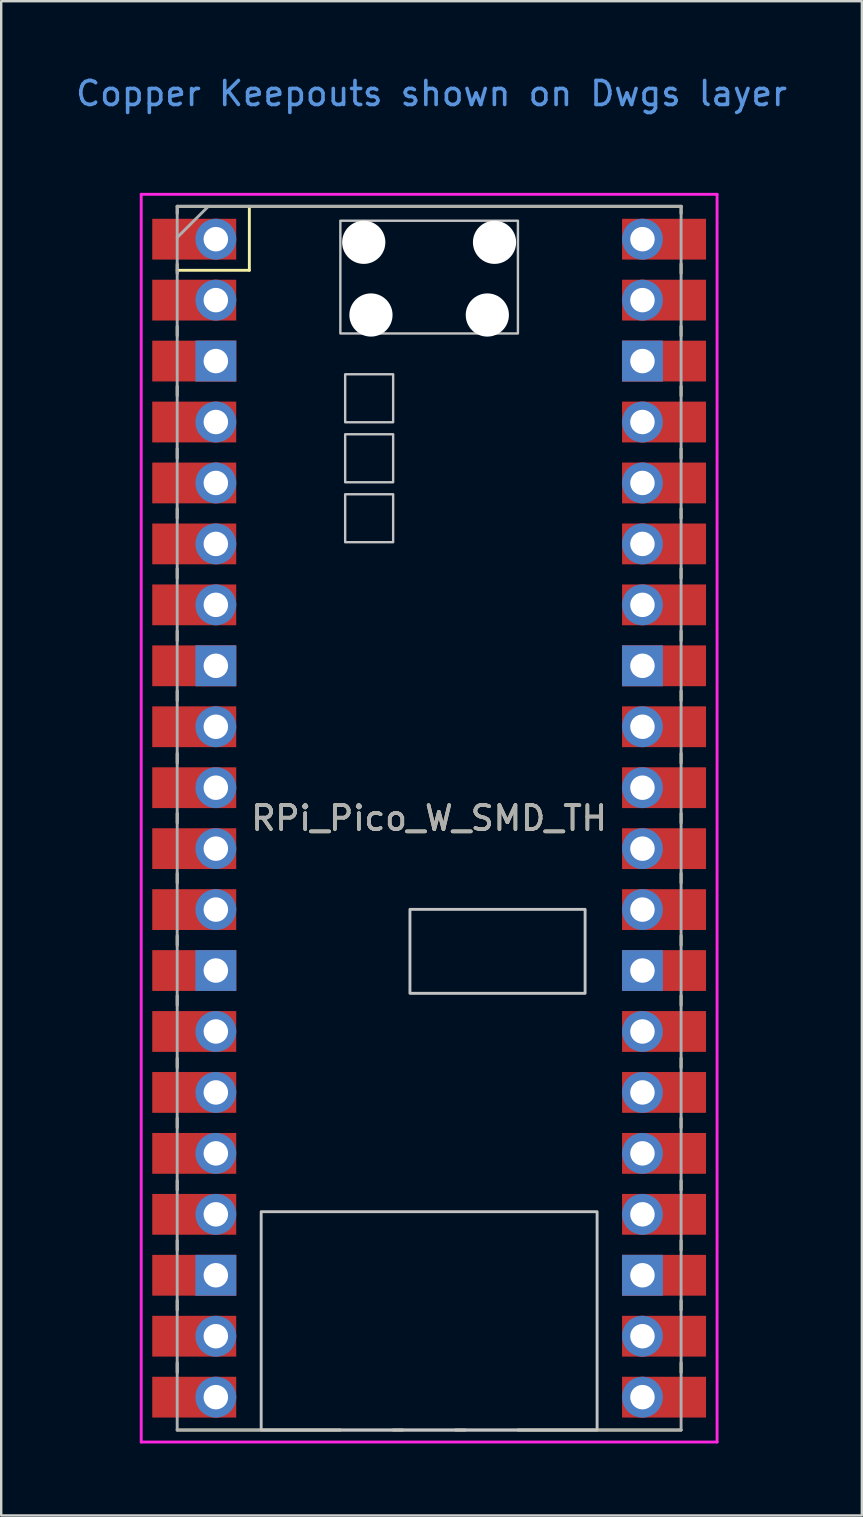
<source format=kicad_pcb>
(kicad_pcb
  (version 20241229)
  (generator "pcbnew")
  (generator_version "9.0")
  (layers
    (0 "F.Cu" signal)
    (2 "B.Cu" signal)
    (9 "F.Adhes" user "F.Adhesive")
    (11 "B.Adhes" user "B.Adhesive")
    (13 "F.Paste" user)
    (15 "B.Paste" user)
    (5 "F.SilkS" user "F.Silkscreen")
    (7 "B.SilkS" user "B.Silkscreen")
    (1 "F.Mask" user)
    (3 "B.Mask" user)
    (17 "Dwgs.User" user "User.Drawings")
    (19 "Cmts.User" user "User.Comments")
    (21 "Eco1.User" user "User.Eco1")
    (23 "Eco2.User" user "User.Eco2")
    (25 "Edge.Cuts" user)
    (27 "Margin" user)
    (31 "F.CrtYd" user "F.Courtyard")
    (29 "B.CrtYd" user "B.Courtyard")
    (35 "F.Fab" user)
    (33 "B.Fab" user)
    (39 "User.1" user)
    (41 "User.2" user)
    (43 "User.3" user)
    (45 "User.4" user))
  (footprint "RPi_Pico_W_SMD_TH"
    (layer "F.Cu")
    (at 14.835 31.048)
    (property "Reference" "RPi_Pico_W_SMD_TH" (at 0 0 0) (layer "F.SilkS") (effects (font (size 1 1) (thickness 0.15))))
    (attr smd)
    (fp_line (start -10.5 -25.5) (end -10.5 -25.2) (stroke (width 0.12) (type solid)) (layer "F.SilkS"))
    (fp_line (start -10.5 -25.5) (end 10.5 -25.5) (stroke (width 0.12) (type solid)) (layer "F.SilkS"))
    (fp_line (start -10.5 -23.1) (end -10.5 -22.7) (stroke (width 0.12) (type solid)) (layer "F.SilkS"))
    (fp_line (start -10.5 -22.833) (end -7.493 -22.833) (stroke (width 0.12) (type solid)) (layer "F.SilkS"))
    (fp_line (start -10.5 -20.5) (end -10.5 -20.1) (stroke (width 0.12) (type solid)) (layer "F.SilkS"))
    (fp_line (start -10.5 -18) (end -10.5 -17.6) (stroke (width 0.12) (type solid)) (layer "F.SilkS"))
    (fp_line (start -10.5 -15.4) (end -10.5 -15) (stroke (width 0.12) (type solid)) (layer "F.SilkS"))
    (fp_line (start -10.5 -12.9) (end -10.5 -12.5) (stroke (width 0.12) (type solid)) (layer "F.SilkS"))
    (fp_line (start -10.5 -10.4) (end -10.5 -10) (stroke (width 0.12) (type solid)) (layer "F.SilkS"))
    (fp_line (start -10.5 -7.8) (end -10.5 -7.4) (stroke (width 0.12) (type solid)) (layer "F.SilkS"))
    (fp_line (start -10.5 -5.3) (end -10.5 -4.9) (stroke (width 0.12) (type solid)) (layer "F.SilkS"))
    (fp_line (start -10.5 -2.7) (end -10.5 -2.3) (stroke (width 0.12) (type solid)) (layer "F.SilkS"))
    (fp_line (start -10.5 -0.2) (end -10.5 0.2) (stroke (width 0.12) (type solid)) (layer "F.SilkS"))
    (fp_line (start -10.5 2.3) (end -10.5 2.7) (stroke (width 0.12) (type solid)) (layer "F.SilkS"))
    (fp_line (start -10.5 4.9) (end -10.5 5.3) (stroke (width 0.12) (type solid)) (layer "F.SilkS"))
    (fp_line (start -10.5 7.4) (end -10.5 7.8) (stroke (width 0.12) (type solid)) (layer "F.SilkS"))
    (fp_line (start -10.5 10) (end -10.5 10.4) (stroke (width 0.12) (type solid)) (layer "F.SilkS"))
    (fp_line (start -10.5 12.5) (end -10.5 12.9) (stroke (width 0.12) (type solid)) (layer "F.SilkS"))
    (fp_line (start -10.5 15.1) (end -10.5 15.5) (stroke (width 0.12) (type solid)) (layer "F.SilkS"))
    (fp_line (start -10.5 17.6) (end -10.5 18) (stroke (width 0.12) (type solid)) (layer "F.SilkS"))
    (fp_line (start -10.5 20.1) (end -10.5 20.5) (stroke (width 0.12) (type solid)) (layer "F.SilkS"))
    (fp_line (start -10.5 22.7) (end -10.5 23.1) (stroke (width 0.12) (type solid)) (layer "F.SilkS"))
    (fp_line (start -7.493 -22.833) (end -7.493 -25.5) (stroke (width 0.12) (type solid)) (layer "F.SilkS"))
    (fp_line (start -3.7 25.5) (end -10.5 25.5) (stroke (width 0.12) (type solid)) (layer "F.SilkS"))
    (fp_line (start -1.5 25.5) (end -1.1 25.5) (stroke (width 0.12) (type solid)) (layer "F.SilkS"))
    (fp_line (start 1.1 25.5) (end 1.5 25.5) (stroke (width 0.12) (type solid)) (layer "F.SilkS"))
    (fp_line (start 10.5 -25.5) (end 10.5 -25.2) (stroke (width 0.12) (type solid)) (layer "F.SilkS"))
    (fp_line (start 10.5 -23.1) (end 10.5 -22.7) (stroke (width 0.12) (type solid)) (layer "F.SilkS"))
    (fp_line (start 10.5 -20.5) (end 10.5 -20.1) (stroke (width 0.12) (type solid)) (layer "F.SilkS"))
    (fp_line (start 10.5 -18) (end 10.5 -17.6) (stroke (width 0.12) (type solid)) (layer "F.SilkS"))
    (fp_line (start 10.5 -15.4) (end 10.5 -15) (stroke (width 0.12) (type solid)) (layer "F.SilkS"))
    (fp_line (start 10.5 -12.9) (end 10.5 -12.5) (stroke (width 0.12) (type solid)) (layer "F.SilkS"))
    (fp_line (start 10.5 -10.4) (end 10.5 -10) (stroke (width 0.12) (type solid)) (layer "F.SilkS"))
    (fp_line (start 10.5 -7.8) (end 10.5 -7.4) (stroke (width 0.12) (type solid)) (layer "F.SilkS"))
    (fp_line (start 10.5 -5.3) (end 10.5 -4.9) (stroke (width 0.12) (type solid)) (layer "F.SilkS"))
    (fp_line (start 10.5 -2.7) (end 10.5 -2.3) (stroke (width 0.12) (type solid)) (layer "F.SilkS"))
    (fp_line (start 10.5 -0.2) (end 10.5 0.2) (stroke (width 0.12) (type solid)) (layer "F.SilkS"))
    (fp_line (start 10.5 2.3) (end 10.5 2.7) (stroke (width 0.12) (type solid)) (layer "F.SilkS"))
    (fp_line (start 10.5 4.9) (end 10.5 5.3) (stroke (width 0.12) (type solid)) (layer "F.SilkS"))
    (fp_line (start 10.5 7.4) (end 10.5 7.8) (stroke (width 0.12) (type solid)) (layer "F.SilkS"))
    (fp_line (start 10.5 10) (end 10.5 10.4) (stroke (width 0.12) (type solid)) (layer "F.SilkS"))
    (fp_line (start 10.5 12.5) (end 10.5 12.9) (stroke (width 0.12) (type solid)) (layer "F.SilkS"))
    (fp_line (start 10.5 15.1) (end 10.5 15.5) (stroke (width 0.12) (type solid)) (layer "F.SilkS"))
    (fp_line (start 10.5 17.6) (end 10.5 18) (stroke (width 0.12) (type solid)) (layer "F.SilkS"))
    (fp_line (start 10.5 20.1) (end 10.5 20.5) (stroke (width 0.12) (type solid)) (layer "F.SilkS"))
    (fp_line (start 10.5 22.7) (end 10.5 23.1) (stroke (width 0.12) (type solid)) (layer "F.SilkS"))
    (fp_line (start 10.5 25.5) (end 3.7 25.5) (stroke (width 0.12) (type solid)) (layer "F.SilkS"))
    (fp_rect (start -7 16.4) (end 7 25.5) (stroke (width 0.12) (type solid)) (fill no) (layer "Dwgs.User"))
    (fp_rect (start -0.8 3.8) (end 6.5 7.3) (stroke (width 0.12) (type solid)) (fill no) (layer "Dwgs.User"))
    (fp_poly (pts (xy -1.5 -16.5) (xy -3.5 -16.5) (xy -3.5 -18.5) (xy -1.5 -18.5)) (stroke (width 0.1) (type solid)) (fill no) (layer "Dwgs.User"))
    (fp_poly (pts (xy -1.5 -14) (xy -3.5 -14) (xy -3.5 -16) (xy -1.5 -16)) (stroke (width 0.1) (type solid)) (fill no) (layer "Dwgs.User"))
    (fp_poly (pts (xy -1.5 -11.5) (xy -3.5 -11.5) (xy -3.5 -13.5) (xy -1.5 -13.5)) (stroke (width 0.1) (type solid)) (fill no) (layer "Dwgs.User"))
    (fp_poly (pts (xy 3.7 -20.2) (xy -3.7 -20.2) (xy -3.7 -24.9) (xy 3.7 -24.9)) (stroke (width 0.1) (type solid)) (fill no) (layer "Dwgs.User"))
    (fp_line (start -12 -26) (end -12 26) (stroke (width 0.12) (type default)) (layer "F.CrtYd"))
    (fp_line (start -12 -26) (end 12 -26) (stroke (width 0.12) (type solid)) (layer "F.CrtYd"))
    (fp_line (start 12 26) (end -12 26) (stroke (width 0.12) (type solid)) (layer "F.CrtYd"))
    (fp_line (start 12 26) (end 12 -26) (stroke (width 0.12) (type default)) (layer "F.CrtYd"))
    (fp_line (start -10.5 -25.5) (end 10.5 -25.5) (stroke (width 0.12) (type solid)) (layer "F.Fab"))
    (fp_line (start -10.5 -24.2) (end -9.2 -25.5) (stroke (width 0.12) (type solid)) (layer "F.Fab"))
    (fp_line (start -10.5 25.5) (end -10.5 -25.5) (stroke (width 0.12) (type solid)) (layer "F.Fab"))
    (fp_line (start 10.5 -25.5) (end 10.5 25.5) (stroke (width 0.12) (type solid)) (layer "F.Fab"))
    (fp_line (start 10.5 25.5) (end -10.5 25.5) (stroke (width 0.12) (type solid)) (layer "F.Fab"))
    (fp_text user "Copper Keepouts shown on Dwgs layer" (at 0.1 -30.2 0) (layer "Cmts.User") (effects (font (size 1 1) (thickness 0.15))))
    (fp_text user "${REFERENCE}" (at 0 0 180) (layer "F.Fab") (effects (font (size 1 1) (thickness 0.15))))
    (pad "" np_thru_hole oval (at -2.725 -24) (size 1.8 1.8) (drill 1.8) (layers "*.Cu" "*.Mask"))
    (pad "" np_thru_hole oval (at -2.425 -20.97) (size 1.8 1.8) (drill 1.8) (layers "*.Cu" "*.Mask"))
    (pad "" np_thru_hole oval (at 2.425 -20.97) (size 1.8 1.8) (drill 1.8) (layers "*.Cu" "*.Mask"))
    (pad "" np_thru_hole oval (at 2.725 -24) (size 1.8 1.8) (drill 1.8) (layers "*.Cu" "*.Mask"))
    (pad "1" thru_hole oval (at -8.89 -24.13) (size 1.7 1.7) (drill 1.02) (layers "*.Cu" "*.Mask"))
    (pad "1" smd rect (at -8.89 -24.13) (size 3.5 1.7) (drill (offset -0.9 0)) (layers "F.Cu" "F.Mask"))
    (pad "2" thru_hole oval (at -8.89 -21.59) (size 1.7 1.7) (drill 1.02) (layers "*.Cu" "*.Mask"))
    (pad "2" smd rect (at -8.89 -21.59) (size 3.5 1.7) (drill (offset -0.9 0)) (layers "F.Cu" "F.Mask"))
    (pad "3" thru_hole rect (at -8.89 -19.05) (size 1.7 1.7) (drill 1.02) (layers "*.Cu" "*.Mask"))
    (pad "3" smd rect (at -8.89 -19.05) (size 3.5 1.7) (drill (offset -0.9 0)) (layers "F.Cu" "F.Mask"))
    (pad "4" thru_hole oval (at -8.89 -16.51) (size 1.7 1.7) (drill 1.02) (layers "*.Cu" "*.Mask"))
    (pad "4" smd rect (at -8.89 -16.51) (size 3.5 1.7) (drill (offset -0.9 0)) (layers "F.Cu" "F.Mask"))
    (pad "5" thru_hole oval (at -8.89 -13.97) (size 1.7 1.7) (drill 1.02) (layers "*.Cu" "*.Mask"))
    (pad "5" smd rect (at -8.89 -13.97) (size 3.5 1.7) (drill (offset -0.9 0)) (layers "F.Cu" "F.Mask"))
    (pad "6" thru_hole oval (at -8.89 -11.43) (size 1.7 1.7) (drill 1.02) (layers "*.Cu" "*.Mask"))
    (pad "6" smd rect (at -8.89 -11.43) (size 3.5 1.7) (drill (offset -0.9 0)) (layers "F.Cu" "F.Mask"))
    (pad "7" thru_hole oval (at -8.89 -8.89) (size 1.7 1.7) (drill 1.02) (layers "*.Cu" "*.Mask"))
    (pad "7" smd rect (at -8.89 -8.89) (size 3.5 1.7) (drill (offset -0.9 0)) (layers "F.Cu" "F.Mask"))
    (pad "8" thru_hole rect (at -8.89 -6.35) (size 1.7 1.7) (drill 1.02) (layers "*.Cu" "*.Mask"))
    (pad "8" smd rect (at -8.89 -6.35) (size 3.5 1.7) (drill (offset -0.9 0)) (layers "F.Cu" "F.Mask"))
    (pad "9" thru_hole oval (at -8.89 -3.81) (size 1.7 1.7) (drill 1.02) (layers "*.Cu" "*.Mask"))
    (pad "9" smd rect (at -8.89 -3.81) (size 3.5 1.7) (drill (offset -0.9 0)) (layers "F.Cu" "F.Mask"))
    (pad "10" thru_hole oval (at -8.89 -1.27) (size 1.7 1.7) (drill 1.02) (layers "*.Cu" "*.Mask"))
    (pad "10" smd rect (at -8.89 -1.27) (size 3.5 1.7) (drill (offset -0.9 0)) (layers "F.Cu" "F.Mask"))
    (pad "11" thru_hole oval (at -8.89 1.27) (size 1.7 1.7) (drill 1.02) (layers "*.Cu" "*.Mask"))
    (pad "11" smd rect (at -8.89 1.27) (size 3.5 1.7) (drill (offset -0.9 0)) (layers "F.Cu" "F.Mask"))
    (pad "12" thru_hole oval (at -8.89 3.81) (size 1.7 1.7) (drill 1.02) (layers "*.Cu" "*.Mask"))
    (pad "12" smd rect (at -8.89 3.81) (size 3.5 1.7) (drill (offset -0.9 0)) (layers "F.Cu" "F.Mask"))
    (pad "13" thru_hole rect (at -8.89 6.35) (size 1.7 1.7) (drill 1.02) (layers "*.Cu" "*.Mask"))
    (pad "13" smd rect (at -8.89 6.35) (size 3.5 1.7) (drill (offset -0.9 0)) (layers "F.Cu" "F.Mask"))
    (pad "14" thru_hole oval (at -8.89 8.89) (size 1.7 1.7) (drill 1.02) (layers "*.Cu" "*.Mask"))
    (pad "14" smd rect (at -8.89 8.89) (size 3.5 1.7) (drill (offset -0.9 0)) (layers "F.Cu" "F.Mask"))
    (pad "15" thru_hole oval (at -8.89 11.43) (size 1.7 1.7) (drill 1.02) (layers "*.Cu" "*.Mask"))
    (pad "15" smd rect (at -8.89 11.43) (size 3.5 1.7) (drill (offset -0.9 0)) (layers "F.Cu" "F.Mask"))
    (pad "16" thru_hole oval (at -8.89 13.97) (size 1.7 1.7) (drill 1.02) (layers "*.Cu" "*.Mask"))
    (pad "16" smd rect (at -8.89 13.97) (size 3.5 1.7) (drill (offset -0.9 0)) (layers "F.Cu" "F.Mask"))
    (pad "17" thru_hole oval (at -8.89 16.51) (size 1.7 1.7) (drill 1.02) (layers "*.Cu" "*.Mask"))
    (pad "17" smd rect (at -8.89 16.51) (size 3.5 1.7) (drill (offset -0.9 0)) (layers "F.Cu" "F.Mask"))
    (pad "18" thru_hole rect (at -8.89 19.05) (size 1.7 1.7) (drill 1.02) (layers "*.Cu" "*.Mask"))
    (pad "18" smd rect (at -8.89 19.05) (size 3.5 1.7) (drill (offset -0.9 0)) (layers "F.Cu" "F.Mask"))
    (pad "19" thru_hole oval (at -8.89 21.59) (size 1.7 1.7) (drill 1.02) (layers "*.Cu" "*.Mask"))
    (pad "19" smd rect (at -8.89 21.59) (size 3.5 1.7) (drill (offset -0.9 0)) (layers "F.Cu" "F.Mask"))
    (pad "20" thru_hole oval (at -8.89 24.13) (size 1.7 1.7) (drill 1.02) (layers "*.Cu" "*.Mask"))
    (pad "20" smd rect (at -8.89 24.13) (size 3.5 1.7) (drill (offset -0.9 0)) (layers "F.Cu" "F.Mask"))
    (pad "21" thru_hole oval (at 8.89 24.13) (size 1.7 1.7) (drill 1.02) (layers "*.Cu" "*.Mask"))
    (pad "21" smd rect (at 8.89 24.13) (size 3.5 1.7) (drill (offset 0.9 0)) (layers "F.Cu" "F.Mask"))
    (pad "22" thru_hole oval (at 8.89 21.59) (size 1.7 1.7) (drill 1.02) (layers "*.Cu" "*.Mask"))
    (pad "22" smd rect (at 8.89 21.59) (size 3.5 1.7) (drill (offset 0.9 0)) (layers "F.Cu" "F.Mask"))
    (pad "23" thru_hole rect (at 8.89 19.05) (size 1.7 1.7) (drill 1.02) (layers "*.Cu" "*.Mask"))
    (pad "23" smd rect (at 8.89 19.05) (size 3.5 1.7) (drill (offset 0.9 0)) (layers "F.Cu" "F.Mask"))
    (pad "24" thru_hole oval (at 8.89 16.51) (size 1.7 1.7) (drill 1.02) (layers "*.Cu" "*.Mask"))
    (pad "24" smd rect (at 8.89 16.51) (size 3.5 1.7) (drill (offset 0.9 0)) (layers "F.Cu" "F.Mask"))
    (pad "25" thru_hole oval (at 8.89 13.97) (size 1.7 1.7) (drill 1.02) (layers "*.Cu" "*.Mask"))
    (pad "25" smd rect (at 8.89 13.97) (size 3.5 1.7) (drill (offset 0.9 0)) (layers "F.Cu" "F.Mask"))
    (pad "26" thru_hole oval (at 8.89 11.43) (size 1.7 1.7) (drill 1.02) (layers "*.Cu" "*.Mask"))
    (pad "26" smd rect (at 8.89 11.43) (size 3.5 1.7) (drill (offset 0.9 0)) (layers "F.Cu" "F.Mask"))
    (pad "27" thru_hole oval (at 8.89 8.89) (size 1.7 1.7) (drill 1.02) (layers "*.Cu" "*.Mask"))
    (pad "27" smd rect (at 8.89 8.89) (size 3.5 1.7) (drill (offset 0.9 0)) (layers "F.Cu" "F.Mask"))
    (pad "28" thru_hole rect (at 8.89 6.35) (size 1.7 1.7) (drill 1.02) (layers "*.Cu" "*.Mask"))
    (pad "28" smd rect (at 8.89 6.35) (size 3.5 1.7) (drill (offset 0.9 0)) (layers "F.Cu" "F.Mask"))
    (pad "29" thru_hole oval (at 8.89 3.81) (size 1.7 1.7) (drill 1.02) (layers "*.Cu" "*.Mask"))
    (pad "29" smd rect (at 8.89 3.81) (size 3.5 1.7) (drill (offset 0.9 0)) (layers "F.Cu" "F.Mask"))
    (pad "30" thru_hole oval (at 8.89 1.27) (size 1.7 1.7) (drill 1.02) (layers "*.Cu" "*.Mask"))
    (pad "30" smd rect (at 8.89 1.27) (size 3.5 1.7) (drill (offset 0.9 0)) (layers "F.Cu" "F.Mask"))
    (pad "31" thru_hole oval (at 8.89 -1.27) (size 1.7 1.7) (drill 1.02) (layers "*.Cu" "*.Mask"))
    (pad "31" smd rect (at 8.89 -1.27) (size 3.5 1.7) (drill (offset 0.9 0)) (layers "F.Cu" "F.Mask"))
    (pad "32" thru_hole oval (at 8.89 -3.81) (size 1.7 1.7) (drill 1.02) (layers "*.Cu" "*.Mask"))
    (pad "32" smd rect (at 8.89 -3.81) (size 3.5 1.7) (drill (offset 0.9 0)) (layers "F.Cu" "F.Mask"))
    (pad "33" thru_hole rect (at 8.89 -6.35) (size 1.7 1.7) (drill 1.02) (layers "*.Cu" "*.Mask"))
    (pad "33" smd rect (at 8.89 -6.35) (size 3.5 1.7) (drill (offset 0.9 0)) (layers "F.Cu" "F.Mask"))
    (pad "34" thru_hole oval (at 8.89 -8.89) (size 1.7 1.7) (drill 1.02) (layers "*.Cu" "*.Mask"))
    (pad "34" smd rect (at 8.89 -8.89) (size 3.5 1.7) (drill (offset 0.9 0)) (layers "F.Cu" "F.Mask"))
    (pad "35" thru_hole oval (at 8.89 -11.43) (size 1.7 1.7) (drill 1.02) (layers "*.Cu" "*.Mask"))
    (pad "35" smd rect (at 8.89 -11.43) (size 3.5 1.7) (drill (offset 0.9 0)) (layers "F.Cu" "F.Mask"))
    (pad "36" thru_hole oval (at 8.89 -13.97) (size 1.7 1.7) (drill 1.02) (layers "*.Cu" "*.Mask"))
    (pad "36" smd rect (at 8.89 -13.97) (size 3.5 1.7) (drill (offset 0.9 0)) (layers "F.Cu" "F.Mask"))
    (pad "37" thru_hole oval (at 8.89 -16.51) (size 1.7 1.7) (drill 1.02) (layers "*.Cu" "*.Mask"))
    (pad "37" smd rect (at 8.89 -16.51) (size 3.5 1.7) (drill (offset 0.9 0)) (layers "F.Cu" "F.Mask"))
    (pad "38" thru_hole rect (at 8.89 -19.05) (size 1.7 1.7) (drill 1.02) (layers "*.Cu" "*.Mask"))
    (pad "38" smd rect (at 8.89 -19.05) (size 3.5 1.7) (drill (offset 0.9 0)) (layers "F.Cu" "F.Mask"))
    (pad "39" thru_hole oval (at 8.89 -21.59) (size 1.7 1.7) (drill 1.02) (layers "*.Cu" "*.Mask"))
    (pad "39" smd rect (at 8.89 -21.59) (size 3.5 1.7) (drill (offset 0.9 0)) (layers "F.Cu" "F.Mask"))
    (pad "40" thru_hole oval (at 8.89 -24.13) (size 1.7 1.7) (drill 1.02) (layers "*.Cu" "*.Mask"))
    (pad "40" smd rect (at 8.89 -24.13) (size 3.5 1.7) (drill (offset 0.9 0)) (layers "F.Cu" "F.Mask")))
  (gr_rect
    (start -3 -3)
    (end 32.869 60.108)
    (stroke (width 0.1) (type default))
    (fill no)
    (layer "Edge.Cuts")))
</source>
